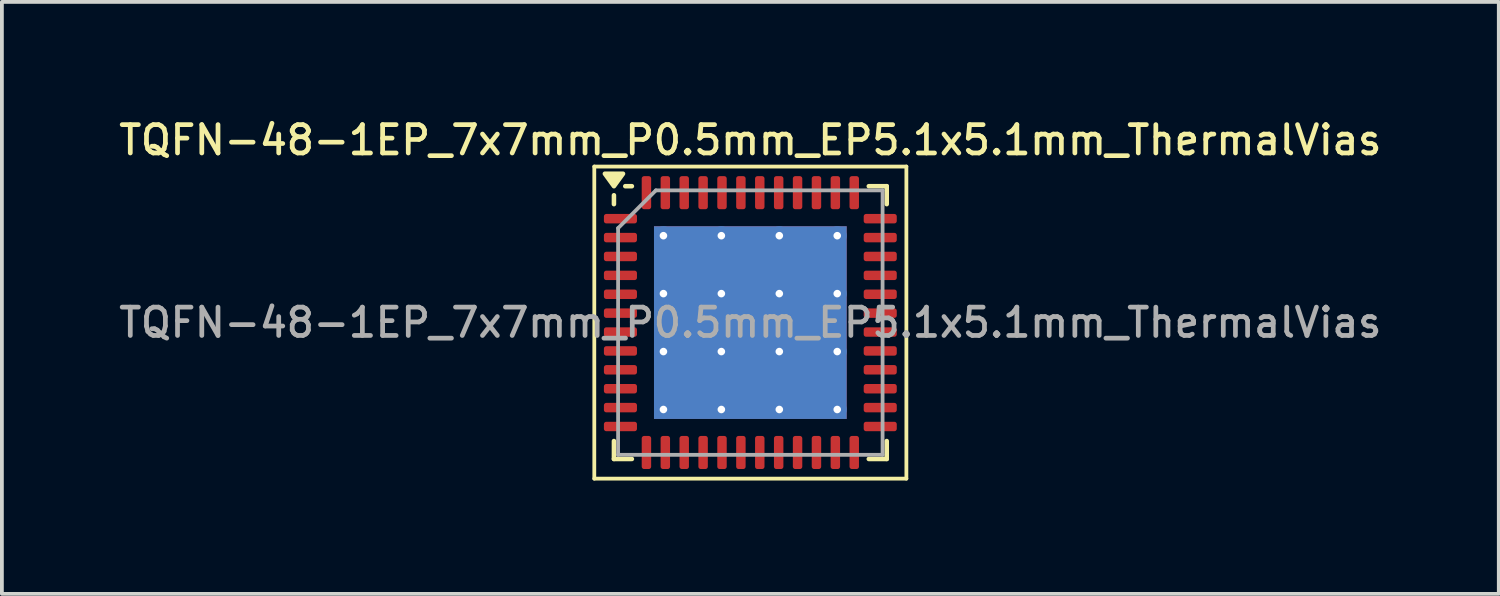
<source format=kicad_pcb>
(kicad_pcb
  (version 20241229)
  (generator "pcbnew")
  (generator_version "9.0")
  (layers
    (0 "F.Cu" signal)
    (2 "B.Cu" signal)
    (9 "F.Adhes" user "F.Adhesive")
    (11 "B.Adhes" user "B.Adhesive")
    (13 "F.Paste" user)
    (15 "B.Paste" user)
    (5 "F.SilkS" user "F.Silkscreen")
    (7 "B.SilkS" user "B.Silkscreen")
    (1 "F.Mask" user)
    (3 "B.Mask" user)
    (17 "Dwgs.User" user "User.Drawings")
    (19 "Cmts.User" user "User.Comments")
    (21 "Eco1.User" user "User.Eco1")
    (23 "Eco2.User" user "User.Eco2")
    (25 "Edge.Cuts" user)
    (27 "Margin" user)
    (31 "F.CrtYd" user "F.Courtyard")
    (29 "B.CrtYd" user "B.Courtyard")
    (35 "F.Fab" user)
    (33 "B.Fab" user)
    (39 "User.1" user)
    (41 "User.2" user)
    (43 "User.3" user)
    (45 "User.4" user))
  (footprint "TQFN-48-1EP_7x7mm_P0.5mm_EP5.1x5.1mm_ThermalVias"
    (layer "F.Cu")
    (at 16.809 5.488)
    (property "Reference" "TQFN-48-1EP_7x7mm_P0.5mm_EP5.1x5.1mm_ThermalVias" (at 0 -4.83 0) (layer "F.SilkS") (effects (font (size 0.75 0.75) (thickness 0.125))))
    (attr smd)
    (fp_line (start -4.13 -4.13) (end -4.13 4.13) (stroke (width 0.1) (type solid)) (layer "F.SilkS"))
    (fp_line (start -4.13 4.13) (end 4.13 4.13) (stroke (width 0.1) (type solid)) (layer "F.SilkS"))
    (fp_line (start -3.61 -3.135) (end -3.61 -3.37) (stroke (width 0.12) (type solid)) (layer "F.SilkS"))
    (fp_line (start -3.61 3.61) (end -3.61 3.135) (stroke (width 0.12) (type solid)) (layer "F.SilkS"))
    (fp_line (start -3.135 -3.61) (end -3.31 -3.61) (stroke (width 0.12) (type solid)) (layer "F.SilkS"))
    (fp_line (start -3.135 3.61) (end -3.61 3.61) (stroke (width 0.12) (type solid)) (layer "F.SilkS"))
    (fp_line (start 3.135 -3.61) (end 3.61 -3.61) (stroke (width 0.12) (type solid)) (layer "F.SilkS"))
    (fp_line (start 3.135 3.61) (end 3.61 3.61) (stroke (width 0.12) (type solid)) (layer "F.SilkS"))
    (fp_line (start 3.61 -3.61) (end 3.61 -3.135) (stroke (width 0.12) (type solid)) (layer "F.SilkS"))
    (fp_line (start 3.61 3.61) (end 3.61 3.135) (stroke (width 0.12) (type solid)) (layer "F.SilkS"))
    (fp_line (start 4.13 -4.13) (end -4.13 -4.13) (stroke (width 0.1) (type solid)) (layer "F.SilkS"))
    (fp_line (start 4.13 4.13) (end 4.13 -4.13) (stroke (width 0.1) (type solid)) (layer "F.SilkS"))
    (fp_poly (pts (xy -3.61 -3.61) (xy -3.85 -3.94) (xy -3.37 -3.94) (xy -3.61 -3.61)) (stroke (width 0.12) (type solid)) (fill yes) (layer "F.SilkS"))
    (fp_line (start -3.5 -2.5) (end -2.5 -3.5) (stroke (width 0.1) (type solid)) (layer "F.Fab"))
    (fp_line (start -3.5 3.5) (end -3.5 -2.5) (stroke (width 0.1) (type solid)) (layer "F.Fab"))
    (fp_line (start -2.5 -3.5) (end 3.5 -3.5) (stroke (width 0.1) (type solid)) (layer "F.Fab"))
    (fp_line (start 3.5 -3.5) (end 3.5 3.5) (stroke (width 0.1) (type solid)) (layer "F.Fab"))
    (fp_line (start 3.5 3.5) (end -3.5 3.5) (stroke (width 0.1) (type solid)) (layer "F.Fab"))
    (fp_text user "${REFERENCE}" (at 0 0 0) (layer "F.Fab") (effects (font (size 0.75 0.75) (thickness 0.125))))
    (pad "" smd roundrect (at -1.7 -1.7) (size 1.47 1.47) (layers "F.Paste") (roundrect_rratio 0.17))
    (pad "" smd roundrect (at -1.7 0) (size 1.47 1.47) (layers "F.Paste") (roundrect_rratio 0.17))
    (pad "" smd roundrect (at -1.7 1.7) (size 1.47 1.47) (layers "F.Paste") (roundrect_rratio 0.17))
    (pad "" smd roundrect (at 0 -1.7) (size 1.47 1.47) (layers "F.Paste") (roundrect_rratio 0.17))
    (pad "" smd roundrect (at 0 0) (size 1.47 1.47) (layers "F.Paste") (roundrect_rratio 0.17))
    (pad "" smd roundrect (at 0 1.7) (size 1.47 1.47) (layers "F.Paste") (roundrect_rratio 0.17))
    (pad "" smd roundrect (at 1.7 -1.7) (size 1.47 1.47) (layers "F.Paste") (roundrect_rratio 0.17))
    (pad "" smd roundrect (at 1.7 0) (size 1.47 1.47) (layers "F.Paste") (roundrect_rratio 0.17))
    (pad "" smd roundrect (at 1.7 1.7) (size 1.47 1.47) (layers "F.Paste") (roundrect_rratio 0.17))
    (pad "1" smd roundrect (at -3.438 -2.75) (size 0.875 0.25) (layers "F.Cu" "F.Mask" "F.Paste") (roundrect_rratio 0.25))
    (pad "2" smd roundrect (at -3.438 -2.25) (size 0.875 0.25) (layers "F.Cu" "F.Mask" "F.Paste") (roundrect_rratio 0.25))
    (pad "3" smd roundrect (at -3.438 -1.75) (size 0.875 0.25) (layers "F.Cu" "F.Mask" "F.Paste") (roundrect_rratio 0.25))
    (pad "4" smd roundrect (at -3.438 -1.25) (size 0.875 0.25) (layers "F.Cu" "F.Mask" "F.Paste") (roundrect_rratio 0.25))
    (pad "5" smd roundrect (at -3.438 -0.75) (size 0.875 0.25) (layers "F.Cu" "F.Mask" "F.Paste") (roundrect_rratio 0.25))
    (pad "6" smd roundrect (at -3.438 -0.25) (size 0.875 0.25) (layers "F.Cu" "F.Mask" "F.Paste") (roundrect_rratio 0.25))
    (pad "7" smd roundrect (at -3.438 0.25) (size 0.875 0.25) (layers "F.Cu" "F.Mask" "F.Paste") (roundrect_rratio 0.25))
    (pad "8" smd roundrect (at -3.438 0.75) (size 0.875 0.25) (layers "F.Cu" "F.Mask" "F.Paste") (roundrect_rratio 0.25))
    (pad "9" smd roundrect (at -3.438 1.25) (size 0.875 0.25) (layers "F.Cu" "F.Mask" "F.Paste") (roundrect_rratio 0.25))
    (pad "10" smd roundrect (at -3.438 1.75) (size 0.875 0.25) (layers "F.Cu" "F.Mask" "F.Paste") (roundrect_rratio 0.25))
    (pad "11" smd roundrect (at -3.438 2.25) (size 0.875 0.25) (layers "F.Cu" "F.Mask" "F.Paste") (roundrect_rratio 0.25))
    (pad "12" smd roundrect (at -3.438 2.75) (size 0.875 0.25) (layers "F.Cu" "F.Mask" "F.Paste") (roundrect_rratio 0.25))
    (pad "13" smd roundrect (at -2.75 3.438) (size 0.25 0.875) (layers "F.Cu" "F.Mask" "F.Paste") (roundrect_rratio 0.25))
    (pad "14" smd roundrect (at -2.25 3.438) (size 0.25 0.875) (layers "F.Cu" "F.Mask" "F.Paste") (roundrect_rratio 0.25))
    (pad "15" smd roundrect (at -1.75 3.438) (size 0.25 0.875) (layers "F.Cu" "F.Mask" "F.Paste") (roundrect_rratio 0.25))
    (pad "16" smd roundrect (at -1.25 3.438) (size 0.25 0.875) (layers "F.Cu" "F.Mask" "F.Paste") (roundrect_rratio 0.25))
    (pad "17" smd roundrect (at -0.75 3.438) (size 0.25 0.875) (layers "F.Cu" "F.Mask" "F.Paste") (roundrect_rratio 0.25))
    (pad "18" smd roundrect (at -0.25 3.438) (size 0.25 0.875) (layers "F.Cu" "F.Mask" "F.Paste") (roundrect_rratio 0.25))
    (pad "19" smd roundrect (at 0.25 3.438) (size 0.25 0.875) (layers "F.Cu" "F.Mask" "F.Paste") (roundrect_rratio 0.25))
    (pad "20" smd roundrect (at 0.75 3.438) (size 0.25 0.875) (layers "F.Cu" "F.Mask" "F.Paste") (roundrect_rratio 0.25))
    (pad "21" smd roundrect (at 1.25 3.438) (size 0.25 0.875) (layers "F.Cu" "F.Mask" "F.Paste") (roundrect_rratio 0.25))
    (pad "22" smd roundrect (at 1.75 3.438) (size 0.25 0.875) (layers "F.Cu" "F.Mask" "F.Paste") (roundrect_rratio 0.25))
    (pad "23" smd roundrect (at 2.25 3.438) (size 0.25 0.875) (layers "F.Cu" "F.Mask" "F.Paste") (roundrect_rratio 0.25))
    (pad "24" smd roundrect (at 2.75 3.438) (size 0.25 0.875) (layers "F.Cu" "F.Mask" "F.Paste") (roundrect_rratio 0.25))
    (pad "25" smd roundrect (at 3.438 2.75) (size 0.875 0.25) (layers "F.Cu" "F.Mask" "F.Paste") (roundrect_rratio 0.25))
    (pad "26" smd roundrect (at 3.438 2.25) (size 0.875 0.25) (layers "F.Cu" "F.Mask" "F.Paste") (roundrect_rratio 0.25))
    (pad "27" smd roundrect (at 3.438 1.75) (size 0.875 0.25) (layers "F.Cu" "F.Mask" "F.Paste") (roundrect_rratio 0.25))
    (pad "28" smd roundrect (at 3.438 1.25) (size 0.875 0.25) (layers "F.Cu" "F.Mask" "F.Paste") (roundrect_rratio 0.25))
    (pad "29" smd roundrect (at 3.438 0.75) (size 0.875 0.25) (layers "F.Cu" "F.Mask" "F.Paste") (roundrect_rratio 0.25))
    (pad "30" smd roundrect (at 3.438 0.25) (size 0.875 0.25) (layers "F.Cu" "F.Mask" "F.Paste") (roundrect_rratio 0.25))
    (pad "31" smd roundrect (at 3.438 -0.25) (size 0.875 0.25) (layers "F.Cu" "F.Mask" "F.Paste") (roundrect_rratio 0.25))
    (pad "32" smd roundrect (at 3.438 -0.75) (size 0.875 0.25) (layers "F.Cu" "F.Mask" "F.Paste") (roundrect_rratio 0.25))
    (pad "33" smd roundrect (at 3.438 -1.25) (size 0.875 0.25) (layers "F.Cu" "F.Mask" "F.Paste") (roundrect_rratio 0.25))
    (pad "34" smd roundrect (at 3.438 -1.75) (size 0.875 0.25) (layers "F.Cu" "F.Mask" "F.Paste") (roundrect_rratio 0.25))
    (pad "35" smd roundrect (at 3.438 -2.25) (size 0.875 0.25) (layers "F.Cu" "F.Mask" "F.Paste") (roundrect_rratio 0.25))
    (pad "36" smd roundrect (at 3.438 -2.75) (size 0.875 0.25) (layers "F.Cu" "F.Mask" "F.Paste") (roundrect_rratio 0.25))
    (pad "37" smd roundrect (at 2.75 -3.438) (size 0.25 0.875) (layers "F.Cu" "F.Mask" "F.Paste") (roundrect_rratio 0.25))
    (pad "38" smd roundrect (at 2.25 -3.438) (size 0.25 0.875) (layers "F.Cu" "F.Mask" "F.Paste") (roundrect_rratio 0.25))
    (pad "39" smd roundrect (at 1.75 -3.438) (size 0.25 0.875) (layers "F.Cu" "F.Mask" "F.Paste") (roundrect_rratio 0.25))
    (pad "40" smd roundrect (at 1.25 -3.438) (size 0.25 0.875) (layers "F.Cu" "F.Mask" "F.Paste") (roundrect_rratio 0.25))
    (pad "41" smd roundrect (at 0.75 -3.438) (size 0.25 0.875) (layers "F.Cu" "F.Mask" "F.Paste") (roundrect_rratio 0.25))
    (pad "42" smd roundrect (at 0.25 -3.438) (size 0.25 0.875) (layers "F.Cu" "F.Mask" "F.Paste") (roundrect_rratio 0.25))
    (pad "43" smd roundrect (at -0.25 -3.438) (size 0.25 0.875) (layers "F.Cu" "F.Mask" "F.Paste") (roundrect_rratio 0.25))
    (pad "44" smd roundrect (at -0.75 -3.438) (size 0.25 0.875) (layers "F.Cu" "F.Mask" "F.Paste") (roundrect_rratio 0.25))
    (pad "45" smd roundrect (at -1.25 -3.438) (size 0.25 0.875) (layers "F.Cu" "F.Mask" "F.Paste") (roundrect_rratio 0.25))
    (pad "46" smd roundrect (at -1.75 -3.438) (size 0.25 0.875) (layers "F.Cu" "F.Mask" "F.Paste") (roundrect_rratio 0.25))
    (pad "47" smd roundrect (at -2.25 -3.438) (size 0.25 0.875) (layers "F.Cu" "F.Mask" "F.Paste") (roundrect_rratio 0.25))
    (pad "48" smd roundrect (at -2.75 -3.438) (size 0.25 0.875) (layers "F.Cu" "F.Mask" "F.Paste") (roundrect_rratio 0.25))
    (pad "49" thru_hole circle (at -2.3 -2.3) (size 0.5 0.5) (drill 0.2) (property pad_prop_heatsink) (layers "*.Cu"))
    (pad "49" thru_hole circle (at -2.3 -0.767) (size 0.5 0.5) (drill 0.2) (property pad_prop_heatsink) (layers "*.Cu"))
    (pad "49" thru_hole circle (at -2.3 0.767) (size 0.5 0.5) (drill 0.2) (property pad_prop_heatsink) (layers "*.Cu"))
    (pad "49" thru_hole circle (at -2.3 2.3) (size 0.5 0.5) (drill 0.2) (property pad_prop_heatsink) (layers "*.Cu"))
    (pad "49" thru_hole circle (at -0.767 -2.3) (size 0.5 0.5) (drill 0.2) (property pad_prop_heatsink) (layers "*.Cu"))
    (pad "49" thru_hole circle (at -0.767 -0.767) (size 0.5 0.5) (drill 0.2) (property pad_prop_heatsink) (layers "*.Cu"))
    (pad "49" thru_hole circle (at -0.767 0.767) (size 0.5 0.5) (drill 0.2) (property pad_prop_heatsink) (layers "*.Cu"))
    (pad "49" thru_hole circle (at -0.767 2.3) (size 0.5 0.5) (drill 0.2) (property pad_prop_heatsink) (layers "*.Cu"))
    (pad "49" smd rect (at 0 0) (size 5.1 5.1) (property pad_prop_heatsink) (layers "F.Cu" "F.Mask"))
    (pad "49" smd rect (at 0 0) (size 5.1 5.1) (property pad_prop_heatsink) (layers "B.Cu"))
    (pad "49" thru_hole circle (at 0.767 -2.3) (size 0.5 0.5) (drill 0.2) (property pad_prop_heatsink) (layers "*.Cu"))
    (pad "49" thru_hole circle (at 0.767 -0.767) (size 0.5 0.5) (drill 0.2) (property pad_prop_heatsink) (layers "*.Cu"))
    (pad "49" thru_hole circle (at 0.767 0.767) (size 0.5 0.5) (drill 0.2) (property pad_prop_heatsink) (layers "*.Cu"))
    (pad "49" thru_hole circle (at 0.767 2.3) (size 0.5 0.5) (drill 0.2) (property pad_prop_heatsink) (layers "*.Cu"))
    (pad "49" thru_hole circle (at 2.3 -2.3) (size 0.5 0.5) (drill 0.2) (property pad_prop_heatsink) (layers "*.Cu"))
    (pad "49" thru_hole circle (at 2.3 -0.767) (size 0.5 0.5) (drill 0.2) (property pad_prop_heatsink) (layers "*.Cu"))
    (pad "49" thru_hole circle (at 2.3 0.767) (size 0.5 0.5) (drill 0.2) (property pad_prop_heatsink) (layers "*.Cu"))
    (pad "49" thru_hole circle (at 2.3 2.3) (size 0.5 0.5) (drill 0.2) (property pad_prop_heatsink) (layers "*.Cu")))
  (gr_rect
    (start -3 -3)
    (end 36.618 12.668)
    (stroke (width 0.1) (type default))
    (fill no)
    (layer "Edge.Cuts")))
</source>
